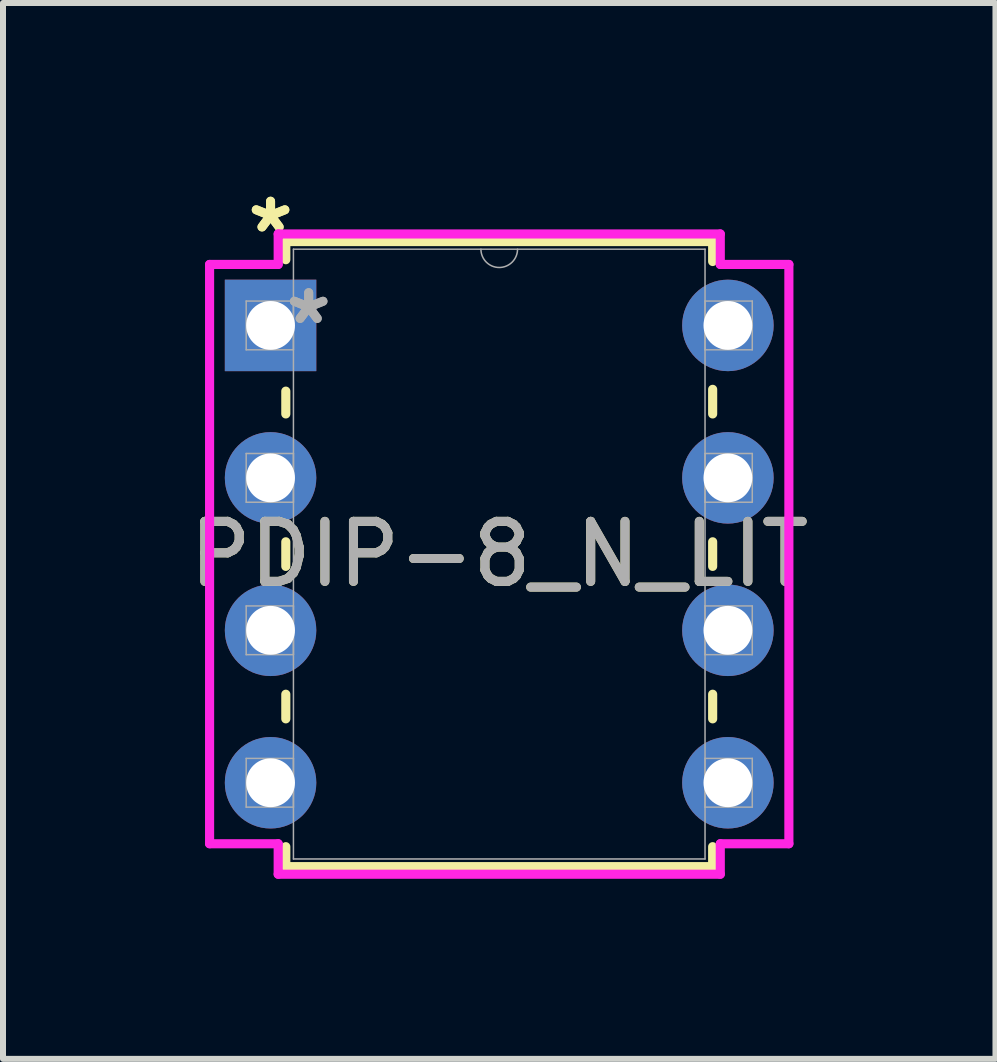
<source format=kicad_pcb>
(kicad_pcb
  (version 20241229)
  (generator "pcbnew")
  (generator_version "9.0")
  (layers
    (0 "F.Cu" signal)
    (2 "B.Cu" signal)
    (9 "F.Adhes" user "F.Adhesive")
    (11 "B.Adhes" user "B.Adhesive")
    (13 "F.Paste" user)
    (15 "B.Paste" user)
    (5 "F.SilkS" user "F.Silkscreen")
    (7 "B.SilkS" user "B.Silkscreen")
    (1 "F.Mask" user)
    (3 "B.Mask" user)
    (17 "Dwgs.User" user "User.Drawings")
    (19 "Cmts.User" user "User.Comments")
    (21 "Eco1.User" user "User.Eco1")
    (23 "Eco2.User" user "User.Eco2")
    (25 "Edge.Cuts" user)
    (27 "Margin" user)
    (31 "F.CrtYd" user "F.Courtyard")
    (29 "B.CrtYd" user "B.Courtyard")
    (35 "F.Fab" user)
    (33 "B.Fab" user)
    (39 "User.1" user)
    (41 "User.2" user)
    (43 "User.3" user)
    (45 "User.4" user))
  (footprint "PDIP-8_N_LIT"
    (layer "F.Cu")
    (at 1.458 2.372)
    (property "Reference" "PDIP-8_N_LIT" (at 3.81 3.81 0) (unlocked yes) (layer "F.SilkS") (effects (font (size 1 1) (thickness 0.15))))
    (attr through_hole)
    (fp_line (start 0.254 -1.397) (end 0.254 -1.095) (stroke (width 0.152) (type solid)) (layer "F.SilkS"))
    (fp_line (start 0.254 1.095) (end 0.254 1.475) (stroke (width 0.152) (type solid)) (layer "F.SilkS"))
    (fp_line (start 0.254 3.605) (end 0.254 4.015) (stroke (width 0.152) (type solid)) (layer "F.SilkS"))
    (fp_line (start 0.254 6.145) (end 0.254 6.555) (stroke (width 0.152) (type solid)) (layer "F.SilkS"))
    (fp_line (start 0.254 8.685) (end 0.254 9.017) (stroke (width 0.152) (type solid)) (layer "F.SilkS"))
    (fp_line (start 0.254 9.017) (end 7.366 9.017) (stroke (width 0.152) (type solid)) (layer "F.SilkS"))
    (fp_line (start 7.366 -1.397) (end 0.254 -1.397) (stroke (width 0.152) (type solid)) (layer "F.SilkS"))
    (fp_line (start 7.366 -1.065) (end 7.366 -1.397) (stroke (width 0.152) (type solid)) (layer "F.SilkS"))
    (fp_line (start 7.366 1.475) (end 7.366 1.065) (stroke (width 0.152) (type solid)) (layer "F.SilkS"))
    (fp_line (start 7.366 4.015) (end 7.366 3.605) (stroke (width 0.152) (type solid)) (layer "F.SilkS"))
    (fp_line (start 7.366 6.555) (end 7.366 6.145) (stroke (width 0.152) (type solid)) (layer "F.SilkS"))
    (fp_line (start 7.366 9.017) (end 7.366 8.685) (stroke (width 0.152) (type solid)) (layer "F.SilkS"))
    (fp_line (start -1.016 -1.016) (end 0.127 -1.016) (stroke (width 0.152) (type solid)) (layer "F.CrtYd"))
    (fp_line (start -1.016 8.636) (end -1.016 -1.016) (stroke (width 0.152) (type solid)) (layer "F.CrtYd"))
    (fp_line (start 0.127 -1.524) (end 7.493 -1.524) (stroke (width 0.152) (type solid)) (layer "F.CrtYd"))
    (fp_line (start 0.127 -1.016) (end 0.127 -1.524) (stroke (width 0.152) (type solid)) (layer "F.CrtYd"))
    (fp_line (start 0.127 8.636) (end -1.016 8.636) (stroke (width 0.152) (type solid)) (layer "F.CrtYd"))
    (fp_line (start 0.127 9.144) (end 0.127 8.636) (stroke (width 0.152) (type solid)) (layer "F.CrtYd"))
    (fp_line (start 7.493 -1.524) (end 7.493 -1.016) (stroke (width 0.152) (type solid)) (layer "F.CrtYd"))
    (fp_line (start 7.493 8.636) (end 7.493 9.144) (stroke (width 0.152) (type solid)) (layer "F.CrtYd"))
    (fp_line (start 7.493 9.144) (end 0.127 9.144) (stroke (width 0.152) (type solid)) (layer "F.CrtYd"))
    (fp_line (start 8.636 -1.016) (end 7.493 -1.016) (stroke (width 0.152) (type solid)) (layer "F.CrtYd"))
    (fp_line (start 8.636 -1.016) (end 8.636 8.636) (stroke (width 0.152) (type solid)) (layer "F.CrtYd"))
    (fp_line (start 8.636 8.636) (end 7.493 8.636) (stroke (width 0.152) (type solid)) (layer "F.CrtYd"))
    (fp_line (start -0.406 -0.406) (end -0.406 0.406) (stroke (width 0.025) (type solid)) (layer "F.Fab"))
    (fp_line (start -0.406 0.406) (end 0.381 0.406) (stroke (width 0.025) (type solid)) (layer "F.Fab"))
    (fp_line (start -0.406 2.134) (end -0.406 2.946) (stroke (width 0.025) (type solid)) (layer "F.Fab"))
    (fp_line (start -0.406 2.946) (end 0.381 2.946) (stroke (width 0.025) (type solid)) (layer "F.Fab"))
    (fp_line (start -0.406 4.674) (end -0.406 5.486) (stroke (width 0.025) (type solid)) (layer "F.Fab"))
    (fp_line (start -0.406 5.486) (end 0.381 5.486) (stroke (width 0.025) (type solid)) (layer "F.Fab"))
    (fp_line (start -0.406 7.214) (end -0.406 8.026) (stroke (width 0.025) (type solid)) (layer "F.Fab"))
    (fp_line (start -0.406 8.026) (end 0.381 8.026) (stroke (width 0.025) (type solid)) (layer "F.Fab"))
    (fp_line (start 0.381 -1.27) (end 0.381 8.89) (stroke (width 0.025) (type solid)) (layer "F.Fab"))
    (fp_line (start 0.381 -0.406) (end -0.406 -0.406) (stroke (width 0.025) (type solid)) (layer "F.Fab"))
    (fp_line (start 0.381 0.406) (end 0.381 -0.406) (stroke (width 0.025) (type solid)) (layer "F.Fab"))
    (fp_line (start 0.381 2.134) (end -0.406 2.134) (stroke (width 0.025) (type solid)) (layer "F.Fab"))
    (fp_line (start 0.381 2.946) (end 0.381 2.134) (stroke (width 0.025) (type solid)) (layer "F.Fab"))
    (fp_line (start 0.381 4.674) (end -0.406 4.674) (stroke (width 0.025) (type solid)) (layer "F.Fab"))
    (fp_line (start 0.381 5.486) (end 0.381 4.674) (stroke (width 0.025) (type solid)) (layer "F.Fab"))
    (fp_line (start 0.381 7.214) (end -0.406 7.214) (stroke (width 0.025) (type solid)) (layer "F.Fab"))
    (fp_line (start 0.381 8.026) (end 0.381 7.214) (stroke (width 0.025) (type solid)) (layer "F.Fab"))
    (fp_line (start 0.381 8.89) (end 7.239 8.89) (stroke (width 0.025) (type solid)) (layer "F.Fab"))
    (fp_line (start 7.239 -1.27) (end 0.381 -1.27) (stroke (width 0.025) (type solid)) (layer "F.Fab"))
    (fp_line (start 7.239 -0.406) (end 7.239 0.406) (stroke (width 0.025) (type solid)) (layer "F.Fab"))
    (fp_line (start 7.239 0.406) (end 8.026 0.406) (stroke (width 0.025) (type solid)) (layer "F.Fab"))
    (fp_line (start 7.239 2.134) (end 7.239 2.946) (stroke (width 0.025) (type solid)) (layer "F.Fab"))
    (fp_line (start 7.239 2.946) (end 8.026 2.946) (stroke (width 0.025) (type solid)) (layer "F.Fab"))
    (fp_line (start 7.239 4.674) (end 7.239 5.486) (stroke (width 0.025) (type solid)) (layer "F.Fab"))
    (fp_line (start 7.239 5.486) (end 8.026 5.486) (stroke (width 0.025) (type solid)) (layer "F.Fab"))
    (fp_line (start 7.239 7.214) (end 7.239 8.026) (stroke (width 0.025) (type solid)) (layer "F.Fab"))
    (fp_line (start 7.239 8.026) (end 8.026 8.026) (stroke (width 0.025) (type solid)) (layer "F.Fab"))
    (fp_line (start 7.239 8.89) (end 7.239 -1.27) (stroke (width 0.025) (type solid)) (layer "F.Fab"))
    (fp_line (start 8.026 -0.406) (end 7.239 -0.406) (stroke (width 0.025) (type solid)) (layer "F.Fab"))
    (fp_line (start 8.026 0.406) (end 8.026 -0.406) (stroke (width 0.025) (type solid)) (layer "F.Fab"))
    (fp_line (start 8.026 2.134) (end 7.239 2.134) (stroke (width 0.025) (type solid)) (layer "F.Fab"))
    (fp_line (start 8.026 2.946) (end 8.026 2.134) (stroke (width 0.025) (type solid)) (layer "F.Fab"))
    (fp_line (start 8.026 4.674) (end 7.239 4.674) (stroke (width 0.025) (type solid)) (layer "F.Fab"))
    (fp_line (start 8.026 5.486) (end 8.026 4.674) (stroke (width 0.025) (type solid)) (layer "F.Fab"))
    (fp_line (start 8.026 7.214) (end 7.239 7.214) (stroke (width 0.025) (type solid)) (layer "F.Fab"))
    (fp_line (start 8.026 8.026) (end 8.026 7.214) (stroke (width 0.025) (type solid)) (layer "F.Fab"))
    (fp_arc (start 4.1148 -1.27) (mid 3.81 -0.9652) (end 3.5052 -1.27) (stroke (width 0.0254) (type solid)) (layer "F.Fab"))
    (fp_text user "*" (at 0 -1.524 0) (layer "F.SilkS") (effects (font (size 1 1) (thickness 0.15))))
    (fp_text user "*" (at 0 -1.524 0) (unlocked yes) (layer "F.SilkS") (effects (font (size 1 1) (thickness 0.15))))
    (fp_text user "*" (at 0.635 0 0) (layer "F.Fab") (effects (font (size 1 1) (thickness 0.15))))
    (fp_text user "${REFERENCE}" (at 3.81 3.81 0) (unlocked yes) (layer "F.Fab") (effects (font (size 1 1) (thickness 0.15))))
    (fp_text user "*" (at 0.635 0 0) (unlocked yes) (layer "F.Fab") (effects (font (size 1 1) (thickness 0.15))))
    (pad "1" thru_hole rect (at 0 0) (size 1.524 1.524) (drill 0.813) (layers "*.Cu" "*.Mask"))
    (pad "2" thru_hole circle (at 0 2.54) (size 1.524 1.524) (drill 0.813) (layers "*.Cu" "*.Mask"))
    (pad "3" thru_hole circle (at 0 5.08) (size 1.524 1.524) (drill 0.813) (layers "*.Cu" "*.Mask"))
    (pad "4" thru_hole circle (at 0 7.62) (size 1.524 1.524) (drill 0.813) (layers "*.Cu" "*.Mask"))
    (pad "5" thru_hole circle (at 7.62 7.62) (size 1.524 1.524) (drill 0.813) (layers "*.Cu" "*.Mask"))
    (pad "6" thru_hole circle (at 7.62 5.08) (size 1.524 1.524) (drill 0.813) (layers "*.Cu" "*.Mask"))
    (pad "7" thru_hole circle (at 7.62 2.54) (size 1.524 1.524) (drill 0.813) (layers "*.Cu" "*.Mask"))
    (pad "8" thru_hole circle (at 7.62 0) (size 1.524 1.524) (drill 0.813) (layers "*.Cu" "*.Mask")))
  (gr_rect
    (start -3 -3)
    (end 13.536 14.592)
    (stroke (width 0.1) (type default))
    (fill no)
    (layer "Edge.Cuts")))
</source>
